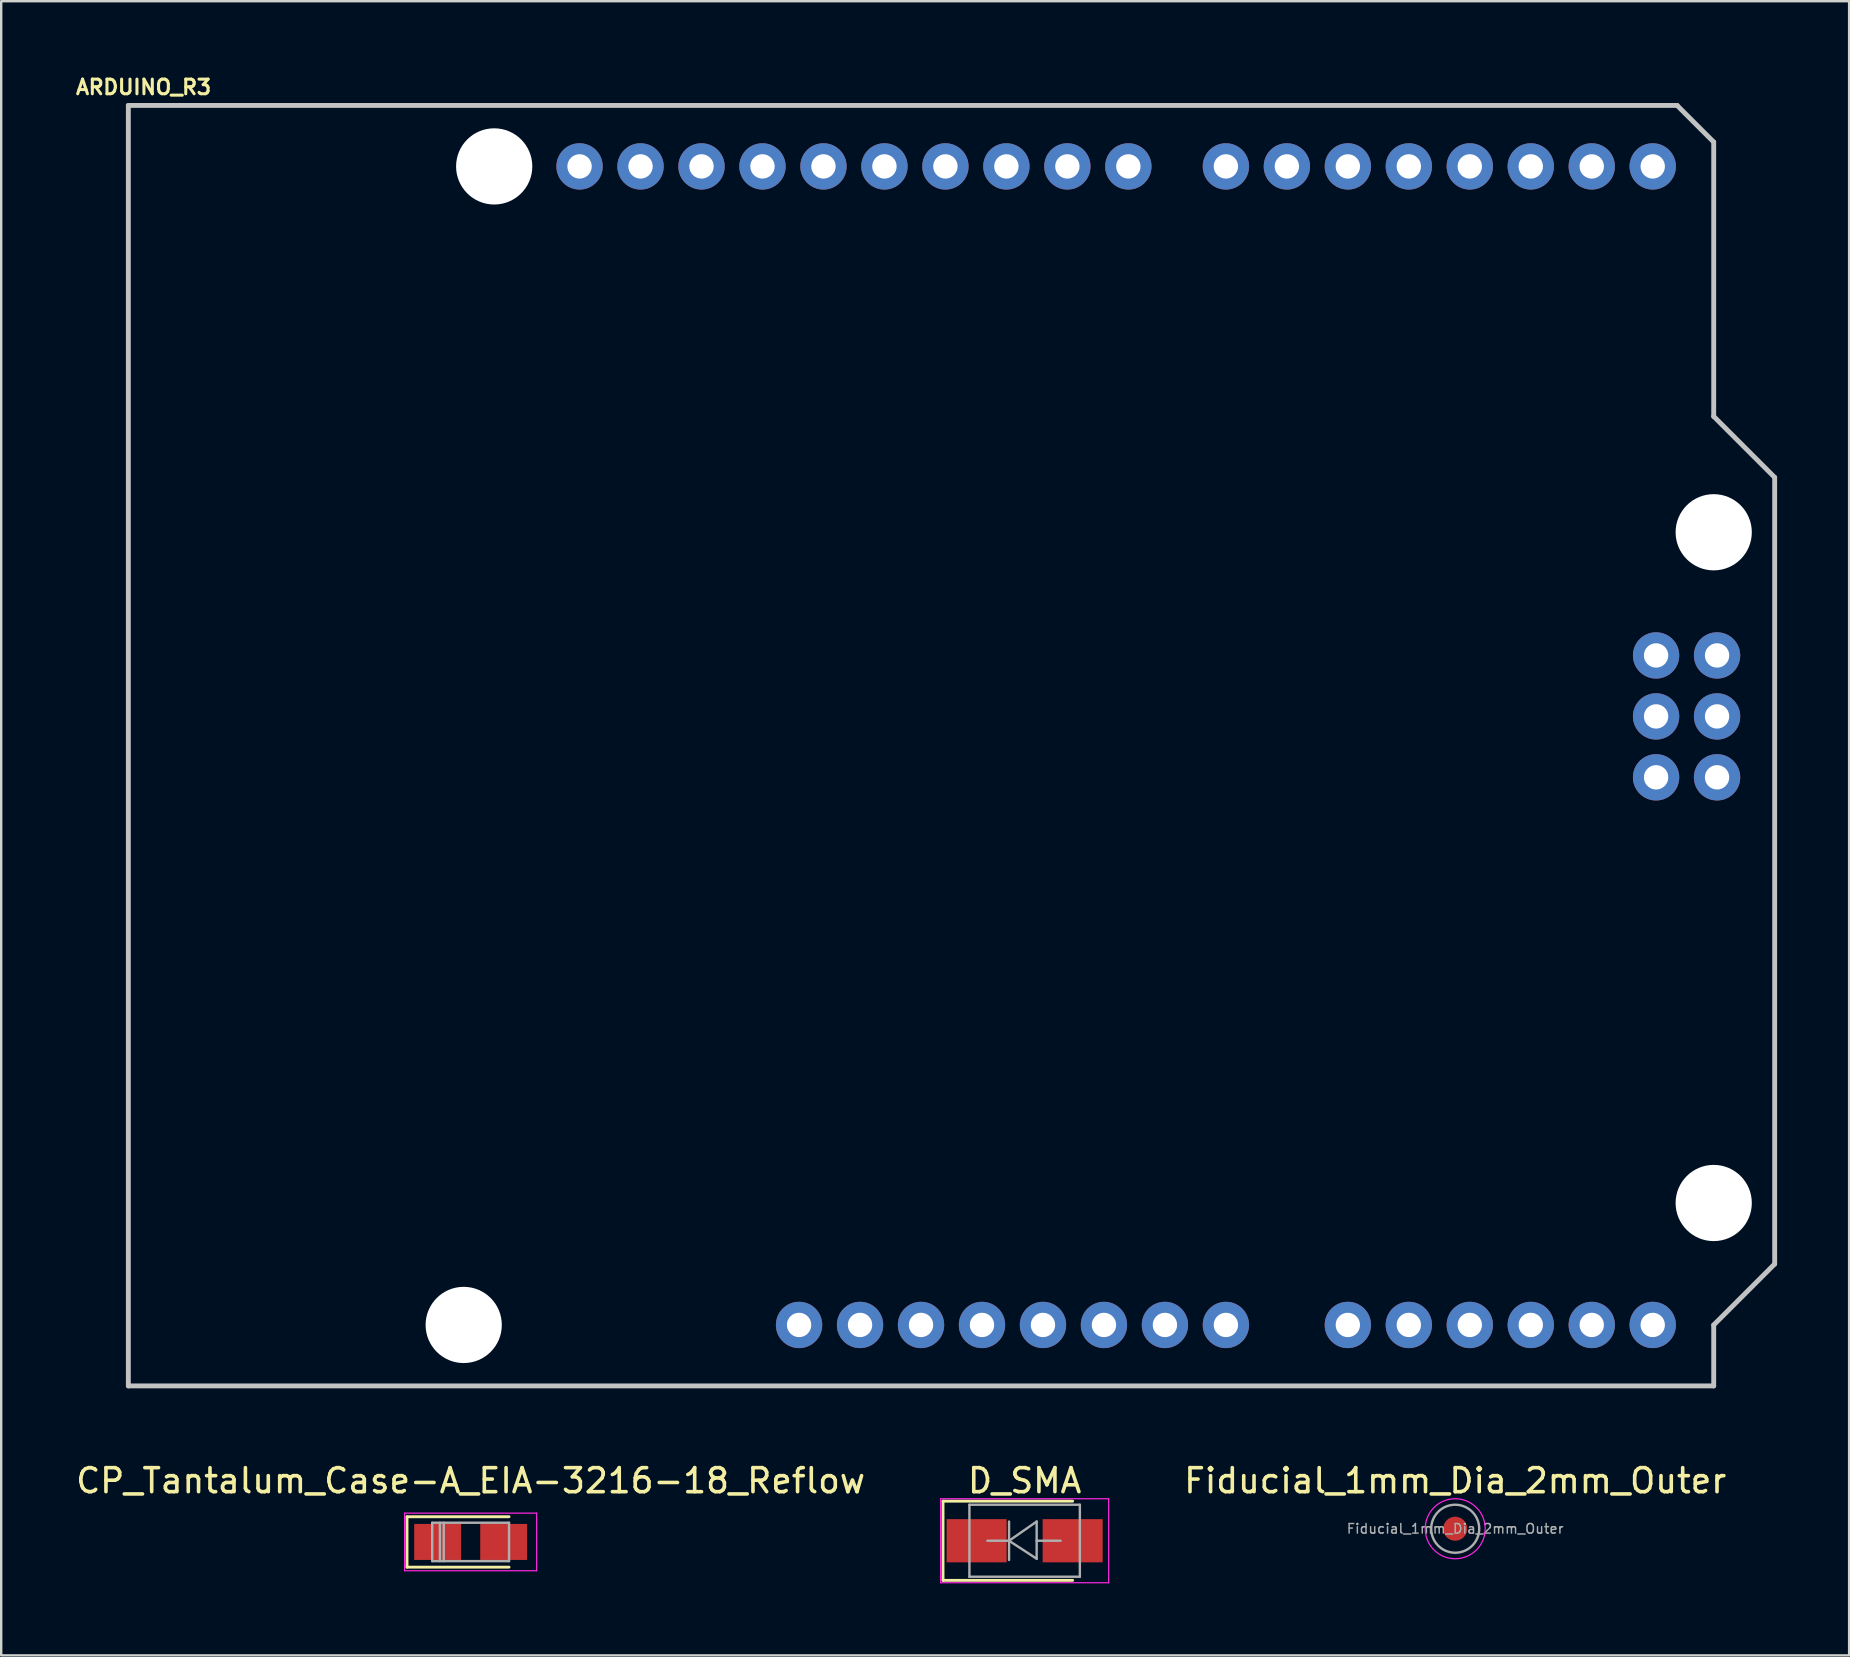
<source format=kicad_pcb>
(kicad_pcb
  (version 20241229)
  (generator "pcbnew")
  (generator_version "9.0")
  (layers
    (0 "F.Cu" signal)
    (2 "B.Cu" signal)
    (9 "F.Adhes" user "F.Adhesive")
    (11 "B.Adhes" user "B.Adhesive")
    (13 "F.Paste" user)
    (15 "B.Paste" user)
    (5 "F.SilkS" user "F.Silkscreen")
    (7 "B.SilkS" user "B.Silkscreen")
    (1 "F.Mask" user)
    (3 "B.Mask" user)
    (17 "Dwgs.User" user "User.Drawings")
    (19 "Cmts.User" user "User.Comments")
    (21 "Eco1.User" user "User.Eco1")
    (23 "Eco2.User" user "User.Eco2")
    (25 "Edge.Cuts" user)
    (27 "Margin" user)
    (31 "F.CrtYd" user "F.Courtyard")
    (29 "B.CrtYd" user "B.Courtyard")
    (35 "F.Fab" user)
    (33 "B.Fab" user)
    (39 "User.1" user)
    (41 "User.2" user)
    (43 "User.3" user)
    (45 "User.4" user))
  (footprint "Fiducial_1mm_Dia_2mm_Outer"
    (layer "F.Cu")
    (at 57.568 60.631)
    (property "Reference" "Fiducial_1mm_Dia_2mm_Outer" (at 0 -2 0) (layer "F.SilkS") (effects (font (size 1 1) (thickness 0.15))))
    (attr exclude_from_pos_files exclude_from_bom)
    (fp_circle (center 0 0) (end 1.25 0) (stroke (width 0.05) (type solid)) (fill no) (layer "F.CrtYd"))
    (fp_circle (center 0 0) (end 1 0) (stroke (width 0.1) (type solid)) (fill no) (layer "F.Fab"))
    (fp_text user "${REFERENCE}" (at 0 0 0) (layer "F.Fab") (effects (font (size 0.4 0.4) (thickness 0.06))))
    (pad "~" smd circle (at 0 0) (size 1 1) (layers "F.Cu" "F.Mask")))
  (footprint "CP_Tantalum_Case-A_EIA-3216-18_Reflow"
    (layer "F.Cu")
    (at 16.554 61.181)
    (property "Reference" "CP_Tantalum_Case-A_EIA-3216-18_Reflow" (at 0 -2.55 0) (layer "F.SilkS") (effects (font (size 1 1) (thickness 0.15))))
    (attr smd)
    (fp_line (start -2.65 -1.05) (end -2.65 1.05) (stroke (width 0.12) (type solid)) (layer "F.SilkS"))
    (fp_line (start -2.65 -1.05) (end 1.6 -1.05) (stroke (width 0.12) (type solid)) (layer "F.SilkS"))
    (fp_line (start -2.65 1.05) (end 1.6 1.05) (stroke (width 0.12) (type solid)) (layer "F.SilkS"))
    (fp_line (start -2.75 -1.2) (end -2.75 1.2) (stroke (width 0.05) (type solid)) (layer "F.CrtYd"))
    (fp_line (start -2.75 1.2) (end 2.75 1.2) (stroke (width 0.05) (type solid)) (layer "F.CrtYd"))
    (fp_line (start 2.75 -1.2) (end -2.75 -1.2) (stroke (width 0.05) (type solid)) (layer "F.CrtYd"))
    (fp_line (start 2.75 1.2) (end 2.75 -1.2) (stroke (width 0.05) (type solid)) (layer "F.CrtYd"))
    (fp_line (start -1.6 -0.8) (end -1.6 0.8) (stroke (width 0.1) (type solid)) (layer "F.Fab"))
    (fp_line (start -1.6 0.8) (end 1.6 0.8) (stroke (width 0.1) (type solid)) (layer "F.Fab"))
    (fp_line (start -1.28 -0.8) (end -1.28 0.8) (stroke (width 0.1) (type solid)) (layer "F.Fab"))
    (fp_line (start -1.12 -0.8) (end -1.12 0.8) (stroke (width 0.1) (type solid)) (layer "F.Fab"))
    (fp_line (start 1.6 -0.8) (end -1.6 -0.8) (stroke (width 0.1) (type solid)) (layer "F.Fab"))
    (fp_line (start 1.6 0.8) (end 1.6 -0.8) (stroke (width 0.1) (type solid)) (layer "F.Fab"))
    (pad "1" smd rect (at -1.375 0) (size 1.95 1.5) (layers "F.Cu" "F.Mask" "F.Paste"))
    (pad "2" smd rect (at 1.375 0) (size 1.95 1.5) (layers "F.Cu" "F.Mask" "F.Paste")))
  (footprint "D_SMA"
    (layer "F.Cu")
    (at 39.632 61.131)
    (property "Reference" "D_SMA" (at 0 -2.5 0) (layer "F.SilkS") (effects (font (size 1 1) (thickness 0.15))))
    (attr smd)
    (fp_line (start -3.4 -1.65) (end -3.4 1.65) (stroke (width 0.12) (type solid)) (layer "F.SilkS"))
    (fp_line (start -3.4 -1.65) (end 2 -1.65) (stroke (width 0.12) (type solid)) (layer "F.SilkS"))
    (fp_line (start -3.4 1.65) (end 2 1.65) (stroke (width 0.12) (type solid)) (layer "F.SilkS"))
    (fp_line (start -3.5 -1.75) (end 3.5 -1.75) (stroke (width 0.05) (type solid)) (layer "F.CrtYd"))
    (fp_line (start -3.5 1.75) (end -3.5 -1.75) (stroke (width 0.05) (type solid)) (layer "F.CrtYd"))
    (fp_line (start 3.5 -1.75) (end 3.5 1.75) (stroke (width 0.05) (type solid)) (layer "F.CrtYd"))
    (fp_line (start 3.5 1.75) (end -3.5 1.75) (stroke (width 0.05) (type solid)) (layer "F.CrtYd"))
    (fp_line (start -2.3 1.5) (end -2.3 -1.5) (stroke (width 0.1) (type solid)) (layer "F.Fab"))
    (fp_line (start -0.649 -0.799) (end -0.649 0.801) (stroke (width 0.1) (type solid)) (layer "F.Fab"))
    (fp_line (start -0.649 0.001) (end -1.551 0.001) (stroke (width 0.1) (type solid)) (layer "F.Fab"))
    (fp_line (start -0.649 0.001) (end 0.501 -0.799) (stroke (width 0.1) (type solid)) (layer "F.Fab"))
    (fp_line (start -0.649 0.001) (end 0.501 0.75) (stroke (width 0.1) (type solid)) (layer "F.Fab"))
    (fp_line (start 0.501 0.001) (end 1.499 0.001) (stroke (width 0.1) (type solid)) (layer "F.Fab"))
    (fp_line (start 0.501 0.75) (end 0.501 -0.799) (stroke (width 0.1) (type solid)) (layer "F.Fab"))
    (fp_line (start 2.3 -1.5) (end -2.3 -1.5) (stroke (width 0.1) (type solid)) (layer "F.Fab"))
    (fp_line (start 2.3 -1.5) (end 2.3 1.5) (stroke (width 0.1) (type solid)) (layer "F.Fab"))
    (fp_line (start 2.3 1.5) (end -2.3 1.5) (stroke (width 0.1) (type solid)) (layer "F.Fab"))
    (pad "1" smd rect (at -2 0) (size 2.5 1.8) (layers "F.Cu" "F.Mask" "F.Paste"))
    (pad "2" smd rect (at 2 0) (size 2.5 1.8) (layers "F.Cu" "F.Mask" "F.Paste")))
  (footprint "ARDUINO_R3"
    (layer "F.Cu")
    (at 35.316 28.012)
    (property "Reference" "ARDUINO_R3" (at -32.385 -27.432 0) (layer "F.SilkS") (effects (font (size 0.61 0.61) (thickness 0.127))))
    (attr exclude_from_pos_files exclude_from_bom)
    (fp_line (start -33.02 -26.67) (end 31.496 -26.67) (stroke (width 0.203) (type solid)) (layer "Dwgs.User"))
    (fp_line (start -33.02 26.67) (end -33.02 -26.67) (stroke (width 0.203) (type solid)) (layer "Dwgs.User"))
    (fp_line (start 31.496 -26.67) (end 33.02 -25.146) (stroke (width 0.203) (type solid)) (layer "Dwgs.User"))
    (fp_line (start 33.02 -25.146) (end 33.02 -13.716) (stroke (width 0.203) (type solid)) (layer "Dwgs.User"))
    (fp_line (start 33.02 -13.716) (end 35.56 -11.176) (stroke (width 0.203) (type solid)) (layer "Dwgs.User"))
    (fp_line (start 33.02 24.13) (end 33.02 26.67) (stroke (width 0.203) (type solid)) (layer "Dwgs.User"))
    (fp_line (start 33.02 26.67) (end -33.02 26.67) (stroke (width 0.203) (type solid)) (layer "Dwgs.User"))
    (fp_line (start 35.56 -11.176) (end 35.56 21.59) (stroke (width 0.203) (type solid)) (layer "Dwgs.User"))
    (fp_line (start 35.56 21.59) (end 33.02 24.13) (stroke (width 0.203) (type solid)) (layer "Dwgs.User"))
    (pad "" np_thru_hole circle (at -19.05 24.13) (size 3.175 3.175) (drill 3.175) (layers "*.Cu" "*.Mask"))
    (pad "" np_thru_hole circle (at -17.78 -24.13) (size 3.175 3.175) (drill 3.175) (layers "*.Cu" "*.Mask"))
    (pad "" np_thru_hole circle (at 33.02 -8.89) (size 3.175 3.175) (drill 3.175) (layers "*.Cu" "*.Mask"))
    (pad "" np_thru_hole circle (at 33.02 19.05) (size 3.175 3.175) (drill 3.175) (layers "*.Cu" "*.Mask"))
    (pad "3.3V" thru_hole circle (at 2.54 24.13) (size 1.93 1.93) (drill 1.016) (layers "*.Cu" "*.Mask"))
    (pad "5V" thru_hole circle (at 5.08 24.13) (size 1.93 1.93) (drill 1.016) (layers "*.Cu" "*.Mask"))
    (pad "A0" thru_hole circle (at 17.78 24.13) (size 1.93 1.93) (drill 1.016) (layers "*.Cu" "*.Mask"))
    (pad "A1" thru_hole circle (at 20.32 24.13) (size 1.93 1.93) (drill 1.016) (layers "*.Cu" "*.Mask"))
    (pad "A2" thru_hole circle (at 22.86 24.13) (size 1.93 1.93) (drill 1.016) (layers "*.Cu" "*.Mask"))
    (pad "A3" thru_hole circle (at 25.4 24.13) (size 1.93 1.93) (drill 1.016) (layers "*.Cu" "*.Mask"))
    (pad "A4" thru_hole circle (at 27.94 24.13) (size 1.93 1.93) (drill 1.016) (layers "*.Cu" "*.Mask"))
    (pad "A5" thru_hole circle (at 30.48 24.13) (size 1.93 1.93) (drill 1.016) (layers "*.Cu" "*.Mask"))
    (pad "AREF" thru_hole circle (at -9.144 -24.13) (size 1.93 1.93) (drill 1.016) (layers "*.Cu" "*.Mask"))
    (pad "D0" thru_hole circle (at 30.48 -24.13) (size 1.93 1.93) (drill 1.016) (layers "*.Cu" "*.Mask"))
    (pad "D1" thru_hole circle (at 27.94 -24.13) (size 1.93 1.93) (drill 1.016) (layers "*.Cu" "*.Mask"))
    (pad "D2" thru_hole circle (at 25.4 -24.13) (size 1.93 1.93) (drill 1.016) (layers "*.Cu" "*.Mask"))
    (pad "D3" thru_hole circle (at 22.86 -24.13) (size 1.93 1.93) (drill 1.016) (layers "*.Cu" "*.Mask"))
    (pad "D4" thru_hole circle (at 20.32 -24.13) (size 1.93 1.93) (drill 1.016) (layers "*.Cu" "*.Mask"))
    (pad "D5" thru_hole circle (at 17.78 -24.13) (size 1.93 1.93) (drill 1.016) (layers "*.Cu" "*.Mask"))
    (pad "D6" thru_hole circle (at 15.24 -24.13) (size 1.93 1.93) (drill 1.016) (layers "*.Cu" "*.Mask"))
    (pad "D7" thru_hole circle (at 12.7 -24.13) (size 1.93 1.93) (drill 1.016) (layers "*.Cu" "*.Mask"))
    (pad "D8" thru_hole circle (at 8.636 -24.13) (size 1.93 1.93) (drill 1.016) (layers "*.Cu" "*.Mask"))
    (pad "D9" thru_hole circle (at 6.096 -24.13) (size 1.93 1.93) (drill 1.016) (layers "*.Cu" "*.Mask"))
    (pad "D10" thru_hole circle (at 3.556 -24.13) (size 1.93 1.93) (drill 1.016) (layers "*.Cu" "*.Mask"))
    (pad "D11" thru_hole circle (at 1.016 -24.13) (size 1.93 1.93) (drill 1.016) (layers "*.Cu" "*.Mask"))
    (pad "D12" thru_hole circle (at -1.524 -24.13) (size 1.93 1.93) (drill 1.016) (layers "*.Cu" "*.Mask"))
    (pad "D13" thru_hole circle (at -4.064 -24.13) (size 1.93 1.93) (drill 1.016) (layers "*.Cu" "*.Mask"))
    (pad "GND@" thru_hole circle (at -6.604 -24.13) (size 1.93 1.93) (drill 1.016) (layers "*.Cu" "*.Mask"))
    (pad "GND@" thru_hole circle (at 7.62 24.13) (size 1.93 1.93) (drill 1.016) (layers "*.Cu" "*.Mask"))
    (pad "GND@" thru_hole circle (at 10.16 24.13) (size 1.93 1.93) (drill 1.016) (layers "*.Cu" "*.Mask"))
    (pad "GND@" thru_hole circle (at 33.16 1.318) (size 1.93 1.93) (drill 1.016) (layers "*.Cu" "*.Mask"))
    (pad "IORE" thru_hole circle (at -2.54 24.13) (size 1.93 1.93) (drill 1.016) (layers "*.Cu" "*.Mask"))
    (pad "MISO" thru_hole circle (at 30.62 -3.759) (size 1.93 1.93) (drill 1.016) (layers "*.Cu" "*.Mask"))
    (pad "MOSI" thru_hole circle (at 33.16 -1.219) (size 1.93 1.93) (drill 1.016) (layers "*.Cu" "*.Mask"))
    (pad "NC" thru_hole circle (at -5.08 24.13) (size 1.93 1.93) (drill 1.016) (layers "*.Cu" "*.Mask"))
    (pad "RESE" thru_hole circle (at 0 24.13) (size 1.93 1.93) (drill 1.016) (layers "*.Cu" "*.Mask"))
    (pad "RESE" thru_hole circle (at 30.62 1.318) (size 1.93 1.93) (drill 1.016) (layers "*.Cu" "*.Mask"))
    (pad "SCK" thru_hole circle (at 30.62 -1.219) (size 1.93 1.93) (drill 1.016) (layers "*.Cu" "*.Mask"))
    (pad "SCL" thru_hole circle (at -14.224 -24.13) (size 1.93 1.93) (drill 1.016) (layers "*.Cu" "*.Mask"))
    (pad "SDA" thru_hole circle (at -11.684 -24.13) (size 1.93 1.93) (drill 1.016) (layers "*.Cu" "*.Mask"))
    (pad "VCC" thru_hole circle (at 33.16 -3.759) (size 1.93 1.93) (drill 1.016) (layers "*.Cu" "*.Mask"))
    (pad "VIN" thru_hole circle (at 12.7 24.13) (size 1.93 1.93) (drill 1.016) (layers "*.Cu" "*.Mask")))
  (gr_rect
    (start -3 -3)
    (end 73.977 65.906)
    (stroke (width 0.1) (type default))
    (fill no)
    (layer "Edge.Cuts")))
</source>
